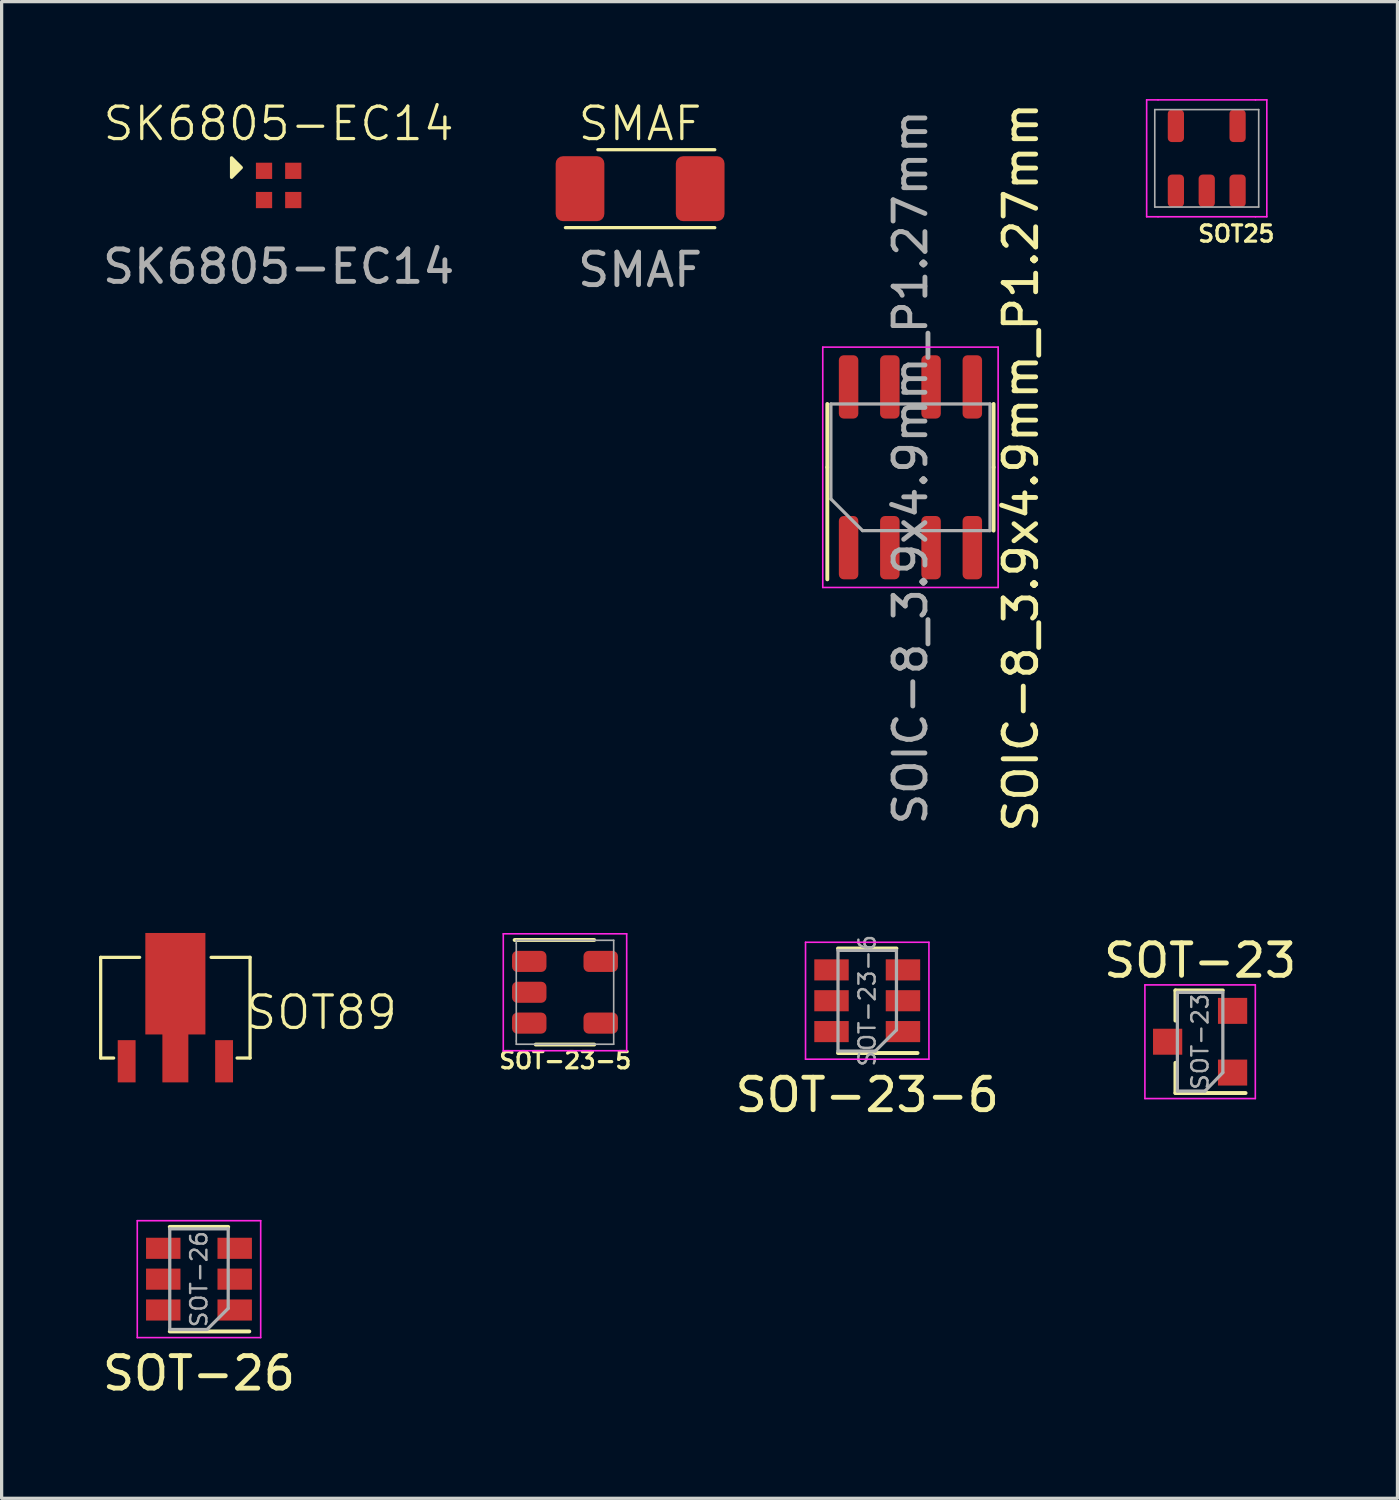
<source format=kicad_pcb>
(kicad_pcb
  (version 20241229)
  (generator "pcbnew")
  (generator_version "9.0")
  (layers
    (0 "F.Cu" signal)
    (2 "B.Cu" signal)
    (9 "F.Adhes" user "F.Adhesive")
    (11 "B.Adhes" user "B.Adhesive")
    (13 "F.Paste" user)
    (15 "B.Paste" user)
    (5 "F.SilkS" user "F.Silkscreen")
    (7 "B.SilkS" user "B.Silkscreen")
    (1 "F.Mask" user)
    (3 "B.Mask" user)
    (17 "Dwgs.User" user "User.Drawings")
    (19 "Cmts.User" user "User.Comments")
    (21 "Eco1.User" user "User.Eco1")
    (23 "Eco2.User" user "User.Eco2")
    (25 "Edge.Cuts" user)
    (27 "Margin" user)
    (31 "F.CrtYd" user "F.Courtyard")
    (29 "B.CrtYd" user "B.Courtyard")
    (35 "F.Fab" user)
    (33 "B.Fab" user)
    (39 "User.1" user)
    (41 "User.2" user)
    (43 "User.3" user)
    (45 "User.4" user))
  (footprint "SMAF"
    (layer "F.Cu")
    (at 16.66 2.76)
    (property "Reference" "SMAF" (at 0 -2 0) (unlocked yes) (layer "F.SilkS") (effects (font (size 1 1) (thickness 0.1))))
    (attr smd)
    (fp_line (start -2.3 1.2) (end 2.3 1.2) (stroke (width 0.1) (type default)) (layer "F.SilkS"))
    (fp_line (start 2.3 -1.2) (end -1.3 -1.2) (stroke (width 0.1) (type default)) (layer "F.SilkS"))
    (fp_text user "${REFERENCE}" (at 0 2.5 0) (unlocked yes) (layer "F.Fab") (effects (font (size 1 1) (thickness 0.15))))
    (pad "1" smd roundrect (at -1.85 0) (size 1.5 2) (layers "F.Cu" "F.Mask" "F.Paste") (roundrect_rratio 0.15))
    (pad "2" smd roundrect (at 1.85 0) (size 1.5 2) (layers "F.Cu" "F.Mask" "F.Paste") (roundrect_rratio 0.15)))
  (footprint "SOT-23-6"
    (layer "F.Cu")
    (at 23.654 27.765)
    (property "Reference" "SOT-23-6" (at 0 2.9 180) (layer "F.SilkS") (effects (font (size 1 1) (thickness 0.15))))
    (attr smd)
    (fp_line (start -0.9 1.61) (end 1.55 1.61) (stroke (width 0.12) (type solid)) (layer "F.SilkS"))
    (fp_line (start 0.9 -1.61) (end -0.9 -1.61) (stroke (width 0.12) (type solid)) (layer "F.SilkS"))
    (fp_line (start -1.9 -1.8) (end -1.9 1.8) (stroke (width 0.05) (type solid)) (layer "F.CrtYd"))
    (fp_line (start -1.9 1.8) (end 1.9 1.8) (stroke (width 0.05) (type solid)) (layer "F.CrtYd"))
    (fp_line (start 1.9 -1.8) (end -1.9 -1.8) (stroke (width 0.05) (type solid)) (layer "F.CrtYd"))
    (fp_line (start 1.9 1.8) (end 1.9 -1.8) (stroke (width 0.05) (type solid)) (layer "F.CrtYd"))
    (fp_line (start -0.9 -1.55) (end 0.9 -1.55) (stroke (width 0.1) (type solid)) (layer "F.Fab"))
    (fp_line (start -0.9 1.55) (end -0.9 -1.55) (stroke (width 0.1) (type solid)) (layer "F.Fab"))
    (fp_line (start -0.9 1.55) (end 0.25 1.55) (stroke (width 0.1) (type solid)) (layer "F.Fab"))
    (fp_line (start 0.9 0.9) (end 0.25 1.55) (stroke (width 0.1) (type solid)) (layer "F.Fab"))
    (fp_line (start 0.9 0.9) (end 0.9 -1.55) (stroke (width 0.1) (type solid)) (layer "F.Fab"))
    (fp_text user "${REFERENCE}" (at 0 0 270) (layer "F.Fab") (effects (font (size 0.5 0.5) (thickness 0.075))))
    (pad "1" smd rect (at 1.1 0.95 180) (size 1.06 0.65) (layers "F.Cu" "F.Mask" "F.Paste"))
    (pad "2" smd rect (at 1.1 0 180) (size 1.06 0.65) (layers "F.Cu" "F.Mask" "F.Paste"))
    (pad "3" smd rect (at 1.1 -0.95 180) (size 1.06 0.65) (layers "F.Cu" "F.Mask" "F.Paste"))
    (pad "4" smd rect (at -1.1 -0.95 180) (size 1.06 0.65) (layers "F.Cu" "F.Mask" "F.Paste"))
    (pad "5" smd rect (at -1.1 0 180) (size 1.06 0.65) (layers "F.Cu" "F.Mask" "F.Paste"))
    (pad "6" smd rect (at -1.1 0.95 180) (size 1.06 0.65) (layers "F.Cu" "F.Mask" "F.Paste")))
  (footprint "SOIC-8_3.9x4.9mm_P1.27mm"
    (layer "F.Cu")
    (at 24.985 11.339)
    (property "Reference" "SOIC-8_3.9x4.9mm_P1.27mm" (at 3.4 0 270) (layer "F.SilkS") (effects (font (size 1 1) (thickness 0.15))))
    (attr smd)
    (fp_line (start -2.56 0) (end -2.56 -1.95) (stroke (width 0.12) (type solid)) (layer "F.SilkS"))
    (fp_line (start -2.56 0) (end -2.56 3.45) (stroke (width 0.12) (type solid)) (layer "F.SilkS"))
    (fp_line (start 2.56 0) (end 2.56 -1.95) (stroke (width 0.12) (type solid)) (layer "F.SilkS"))
    (fp_line (start 2.56 0) (end 2.56 1.95) (stroke (width 0.12) (type solid)) (layer "F.SilkS"))
    (fp_line (start -2.7 -3.7) (end -2.7 3.7) (stroke (width 0.05) (type solid)) (layer "F.CrtYd"))
    (fp_line (start -2.7 3.7) (end 2.7 3.7) (stroke (width 0.05) (type solid)) (layer "F.CrtYd"))
    (fp_line (start 2.7 -3.7) (end -2.7 -3.7) (stroke (width 0.05) (type solid)) (layer "F.CrtYd"))
    (fp_line (start 2.7 3.7) (end 2.7 -3.7) (stroke (width 0.05) (type solid)) (layer "F.CrtYd"))
    (fp_line (start -2.45 -1.95) (end 2.45 -1.95) (stroke (width 0.1) (type solid)) (layer "F.Fab"))
    (fp_line (start -2.45 0.975) (end -2.45 -1.95) (stroke (width 0.1) (type solid)) (layer "F.Fab"))
    (fp_line (start -1.475 1.95) (end -2.45 0.975) (stroke (width 0.1) (type solid)) (layer "F.Fab"))
    (fp_line (start 2.45 -1.95) (end 2.45 1.95) (stroke (width 0.1) (type solid)) (layer "F.Fab"))
    (fp_line (start 2.45 1.95) (end -1.475 1.95) (stroke (width 0.1) (type solid)) (layer "F.Fab"))
    (fp_text user "${REFERENCE}" (at 0 0 90) (layer "F.Fab") (effects (font (size 0.98 0.98) (thickness 0.15))))
    (pad "1" smd roundrect (at -1.905 2.475 90) (size 1.95 0.6) (layers "F.Cu" "F.Mask" "F.Paste") (roundrect_rratio 0.25))
    (pad "2" smd roundrect (at -0.635 2.475 90) (size 1.95 0.6) (layers "F.Cu" "F.Mask" "F.Paste") (roundrect_rratio 0.25))
    (pad "3" smd roundrect (at 0.635 2.475 90) (size 1.95 0.6) (layers "F.Cu" "F.Mask" "F.Paste") (roundrect_rratio 0.25))
    (pad "4" smd roundrect (at 1.905 2.475 90) (size 1.95 0.6) (layers "F.Cu" "F.Mask" "F.Paste") (roundrect_rratio 0.25))
    (pad "5" smd roundrect (at 1.905 -2.475 90) (size 1.95 0.6) (layers "F.Cu" "F.Mask" "F.Paste") (roundrect_rratio 0.25))
    (pad "6" smd roundrect (at 0.635 -2.475 90) (size 1.95 0.6) (layers "F.Cu" "F.Mask" "F.Paste") (roundrect_rratio 0.25))
    (pad "7" smd roundrect (at -0.635 -2.475 90) (size 1.95 0.6) (layers "F.Cu" "F.Mask" "F.Paste") (roundrect_rratio 0.25))
    (pad "8" smd roundrect (at -1.905 -2.475 90) (size 1.95 0.6) (layers "F.Cu" "F.Mask" "F.Paste") (roundrect_rratio 0.25)))
  (footprint "SOT-23"
    (layer "F.Cu")
    (at 33.904 29.027)
    (property "Reference" "SOT-23" (at 0 -2.5 0) (layer "F.SilkS") (effects (font (size 1 1) (thickness 0.15))))
    (attr smd)
    (fp_line (start -0.76 -1.58) (end -0.76 -0.65) (stroke (width 0.12) (type solid)) (layer "F.SilkS"))
    (fp_line (start -0.76 -1.58) (end 0.7 -1.58) (stroke (width 0.12) (type solid)) (layer "F.SilkS"))
    (fp_line (start -0.76 1.58) (end -0.76 0.65) (stroke (width 0.12) (type solid)) (layer "F.SilkS"))
    (fp_line (start -0.76 1.58) (end 1.4 1.58) (stroke (width 0.12) (type solid)) (layer "F.SilkS"))
    (fp_line (start -1.7 -1.75) (end 1.7 -1.75) (stroke (width 0.05) (type solid)) (layer "F.CrtYd"))
    (fp_line (start -1.7 1.75) (end -1.7 -1.75) (stroke (width 0.05) (type solid)) (layer "F.CrtYd"))
    (fp_line (start 1.7 -1.75) (end 1.7 1.75) (stroke (width 0.05) (type solid)) (layer "F.CrtYd"))
    (fp_line (start 1.7 1.75) (end -1.7 1.75) (stroke (width 0.05) (type solid)) (layer "F.CrtYd"))
    (fp_line (start -0.7 1.52) (end -0.7 -1.52) (stroke (width 0.1) (type solid)) (layer "F.Fab"))
    (fp_line (start 0.15 1.52) (end -0.7 1.52) (stroke (width 0.1) (type solid)) (layer "F.Fab"))
    (fp_line (start 0.7 -1.52) (end -0.7 -1.52) (stroke (width 0.1) (type solid)) (layer "F.Fab"))
    (fp_line (start 0.7 0.95) (end 0.15 1.52) (stroke (width 0.1) (type solid)) (layer "F.Fab"))
    (fp_line (start 0.7 0.95) (end 0.7 -1.5) (stroke (width 0.1) (type solid)) (layer "F.Fab"))
    (fp_text user "${REFERENCE}" (at 0 0 270) (layer "F.Fab") (effects (font (size 0.5 0.5) (thickness 0.075))))
    (pad "1" smd rect (at 1 0.95 180) (size 0.9 0.8) (layers "F.Cu" "F.Mask" "F.Paste"))
    (pad "2" smd rect (at 1 -0.95 180) (size 0.9 0.8) (layers "F.Cu" "F.Mask" "F.Paste"))
    (pad "3" smd rect (at -1 0 180) (size 0.9 0.8) (layers "F.Cu" "F.Mask" "F.Paste")))
  (footprint "SOT89"
    (layer "F.Cu")
    (at 2.35 29.629)
    (property "Reference" "SOT89" (at 4.5 -1.5 0) (layer "F.SilkS") (effects (font (size 1 1) (thickness 0.1))))
    (attr through_hole)
    (fp_line (start -2.3 -3.2) (end -1.1 -3.2) (stroke (width 0.1) (type solid)) (layer "F.SilkS"))
    (fp_line (start -2.3 -0.1) (end -2.3 -3.2) (stroke (width 0.1) (type solid)) (layer "F.SilkS"))
    (fp_line (start -2.3 -0.1) (end -1.9 -0.1) (stroke (width 0.1) (type solid)) (layer "F.SilkS"))
    (fp_line (start 1.9 -0.1) (end 2.3 -0.1) (stroke (width 0.1) (type solid)) (layer "F.SilkS"))
    (fp_line (start 2.3 -3.2) (end 1.1 -3.2) (stroke (width 0.1) (type solid)) (layer "F.SilkS"))
    (fp_line (start 2.3 -0.1) (end 2.3 -3.2) (stroke (width 0.1) (type solid)) (layer "F.SilkS"))
    (pad "" smd rect (at 0 -2.388) (size 1.85 3.125) (layers "F.Cu" "F.Mask" "F.Paste"))
    (pad "1" smd rect (at -1.5 0) (size 0.55 1.3) (layers "F.Cu" "F.Mask" "F.Paste"))
    (pad "2" smd rect (at 0 -0.1) (size 0.8 1.5) (layers "F.Cu" "F.Mask" "F.Paste"))
    (pad "3" smd rect (at 1.5 0) (size 0.55 1.3) (layers "F.Cu" "F.Mask" "F.Paste")))
  (footprint "SOT-26"
    (layer "F.Cu")
    (at 3.077 36.338)
    (property "Reference" "SOT-26" (at 0 2.9 180) (layer "F.SilkS") (effects (font (size 1 1) (thickness 0.15))))
    (attr smd)
    (fp_line (start -0.9 1.61) (end 1.55 1.61) (stroke (width 0.12) (type solid)) (layer "F.SilkS"))
    (fp_line (start 0.9 -1.61) (end -0.9 -1.61) (stroke (width 0.12) (type solid)) (layer "F.SilkS"))
    (fp_line (start -1.9 -1.8) (end -1.9 1.8) (stroke (width 0.05) (type solid)) (layer "F.CrtYd"))
    (fp_line (start -1.9 1.8) (end 1.9 1.8) (stroke (width 0.05) (type solid)) (layer "F.CrtYd"))
    (fp_line (start 1.9 -1.8) (end -1.9 -1.8) (stroke (width 0.05) (type solid)) (layer "F.CrtYd"))
    (fp_line (start 1.9 1.8) (end 1.9 -1.8) (stroke (width 0.05) (type solid)) (layer "F.CrtYd"))
    (fp_line (start -0.9 -1.55) (end 0.9 -1.55) (stroke (width 0.1) (type solid)) (layer "F.Fab"))
    (fp_line (start -0.9 1.55) (end -0.9 -1.55) (stroke (width 0.1) (type solid)) (layer "F.Fab"))
    (fp_line (start -0.9 1.55) (end 0.25 1.55) (stroke (width 0.1) (type solid)) (layer "F.Fab"))
    (fp_line (start 0.9 0.9) (end 0.25 1.55) (stroke (width 0.1) (type solid)) (layer "F.Fab"))
    (fp_line (start 0.9 0.9) (end 0.9 -1.55) (stroke (width 0.1) (type solid)) (layer "F.Fab"))
    (fp_text user "${REFERENCE}" (at 0 0 270) (layer "F.Fab") (effects (font (size 0.5 0.5) (thickness 0.075))))
    (pad "1" smd rect (at 1.1 0.95 180) (size 1.06 0.65) (layers "F.Cu" "F.Mask" "F.Paste"))
    (pad "2" smd rect (at 1.1 0 180) (size 1.06 0.65) (layers "F.Cu" "F.Mask" "F.Paste"))
    (pad "3" smd rect (at 1.1 -0.95 180) (size 1.06 0.65) (layers "F.Cu" "F.Mask" "F.Paste"))
    (pad "4" smd rect (at -1.1 -0.95 180) (size 1.06 0.65) (layers "F.Cu" "F.Mask" "F.Paste"))
    (pad "5" smd rect (at -1.1 0 180) (size 1.06 0.65) (layers "F.Cu" "F.Mask" "F.Paste"))
    (pad "6" smd rect (at -1.1 0.95 180) (size 1.06 0.65) (layers "F.Cu" "F.Mask" "F.Paste")))
  (footprint "SOT25"
    (layer "F.Cu")
    (at 34.108 1.825)
    (property "Reference" "SOT25" (at 0.911 2.324 0) (layer "F.SilkS") (effects (font (size 0.5 0.5) (thickness 0.1))))
    (attr smd)
    (fp_line (start -1.85 -1.8) (end -1.85 1.8) (stroke (width 0.05) (type solid)) (layer "F.CrtYd"))
    (fp_line (start -1.85 1.8) (end -1.5 1.8) (stroke (width 0.05) (type solid)) (layer "F.CrtYd"))
    (fp_line (start -1.5 -1.8) (end -1.85 -1.8) (stroke (width 0.05) (type solid)) (layer "F.CrtYd"))
    (fp_line (start -1.5 1.8) (end 1.5 1.8) (stroke (width 0.05) (type solid)) (layer "F.CrtYd"))
    (fp_line (start 1.5 -1.8) (end -1.5 -1.8) (stroke (width 0.05) (type solid)) (layer "F.CrtYd"))
    (fp_line (start 1.5 1.8) (end 1.85 1.8) (stroke (width 0.05) (type solid)) (layer "F.CrtYd"))
    (fp_line (start 1.85 -1.8) (end 1.5 -1.8) (stroke (width 0.05) (type solid)) (layer "F.CrtYd"))
    (fp_line (start 1.85 1.8) (end 1.85 -1.8) (stroke (width 0.05) (type solid)) (layer "F.CrtYd"))
    (fp_line (start -1.6 -1.5) (end -1.6 1.5) (stroke (width 0.05) (type solid)) (layer "F.Fab"))
    (fp_line (start -1.6 1.5) (end 1.6 1.5) (stroke (width 0.05) (type solid)) (layer "F.Fab"))
    (fp_line (start 1.6 -1.5) (end -1.6 -1.5) (stroke (width 0.05) (type solid)) (layer "F.Fab"))
    (fp_line (start 1.6 1.5) (end 1.6 -1.5) (stroke (width 0.05) (type solid)) (layer "F.Fab"))
    (pad "1" smd roundrect (at -0.95 0.8) (size 0.5 1) (drill (offset 0 0.2)) (layers "F.Cu" "F.Mask" "F.Paste") (roundrect_rratio 0.25))
    (pad "2" smd roundrect (at 0 0.8) (size 0.5 1) (drill (offset 0 0.2)) (layers "F.Cu" "F.Mask" "F.Paste") (roundrect_rratio 0.25))
    (pad "3" smd roundrect (at 0.95 0.8) (size 0.5 1) (drill (offset 0 0.2)) (layers "F.Cu" "F.Mask" "F.Paste") (roundrect_rratio 0.25))
    (pad "4" smd roundrect (at 0.95 -0.8 180) (size 0.5 1) (drill (offset 0 0.2)) (layers "F.Cu" "F.Mask" "F.Paste") (roundrect_rratio 0.25))
    (pad "5" smd roundrect (at -0.95 -0.8 180) (size 0.5 1) (drill (offset 0 0.2)) (layers "F.Cu" "F.Mask" "F.Paste") (roundrect_rratio 0.25)))
  (footprint "SOT-23-5"
    (layer "F.Cu")
    (at 14.347 27.504)
    (property "Reference" "SOT-23-5" (at 0.01 2.1 0) (layer "F.SilkS") (effects (font (size 0.5 0.5) (thickness 0.1))))
    (attr smd)
    (fp_line (start -0.9 1.61) (end 0.9 1.61) (stroke (width 0.12) (type solid)) (layer "F.SilkS"))
    (fp_line (start 0.9 -1.61) (end -1.55 -1.61) (stroke (width 0.12) (type solid)) (layer "F.SilkS"))
    (fp_line (start -1.9 -1.8) (end 1.9 -1.8) (stroke (width 0.05) (type solid)) (layer "F.CrtYd"))
    (fp_line (start -1.9 1.8) (end -1.9 -1.8) (stroke (width 0.05) (type solid)) (layer "F.CrtYd"))
    (fp_line (start 1.9 -1.8) (end 1.9 1.8) (stroke (width 0.05) (type solid)) (layer "F.CrtYd"))
    (fp_line (start 1.9 1.8) (end -1.9 1.8) (stroke (width 0.05) (type solid)) (layer "F.CrtYd"))
    (fp_line (start -1.5 -1.6) (end -1.5 -1.5) (stroke (width 0.05) (type solid)) (layer "F.Fab"))
    (fp_line (start -1.5 -1.5) (end -1.5 1.5) (stroke (width 0.05) (type solid)) (layer "F.Fab"))
    (fp_line (start -1.5 1.5) (end -1.5 1.6) (stroke (width 0.05) (type solid)) (layer "F.Fab"))
    (fp_line (start -1.5 1.6) (end 1.5 1.6) (stroke (width 0.05) (type solid)) (layer "F.Fab"))
    (fp_line (start 1.5 -1.6) (end -1.5 -1.6) (stroke (width 0.05) (type solid)) (layer "F.Fab"))
    (fp_line (start 1.5 1.6) (end 1.5 -1.6) (stroke (width 0.05) (type solid)) (layer "F.Fab"))
    (pad "1" smd roundrect (at -1.1 -0.95) (size 1.06 0.65) (layers "F.Cu" "F.Mask" "F.Paste") (roundrect_rratio 0.25))
    (pad "2" smd roundrect (at -1.1 0) (size 1.06 0.65) (layers "F.Cu" "F.Mask" "F.Paste") (roundrect_rratio 0.25))
    (pad "3" smd roundrect (at -1.1 0.95) (size 1.06 0.65) (layers "F.Cu" "F.Mask" "F.Paste") (roundrect_rratio 0.25))
    (pad "4" smd roundrect (at 1.1 0.95) (size 1.06 0.65) (layers "F.Cu" "F.Mask" "F.Paste") (roundrect_rratio 0.25))
    (pad "5" smd roundrect (at 1.1 -0.95) (size 1.06 0.65) (layers "F.Cu" "F.Mask" "F.Paste") (roundrect_rratio 0.25)))
  (footprint "SK6805-EC14"
    (layer "F.Cu")
    (at 5.53 2.66)
    (property "Reference" "SK6805-EC14" (at 0 -1.9 0) (unlocked yes) (layer "F.SilkS") (effects (font (size 1 1) (thickness 0.1))))
    (attr smd)
    (fp_poly (pts (xy -1.15 -0.55) (xy -1.45 -0.85) (xy -1.45 -0.25)) (stroke (width 0.1) (type solid)) (fill yes) (layer "F.SilkS"))
    (fp_text user "${REFERENCE}" (at 0 2.5 0) (unlocked yes) (layer "F.Fab") (effects (font (size 1 1) (thickness 0.15))))
    (pad "1" smd rect (at -0.45 -0.45) (size 0.5 0.5) (layers "F.Cu" "F.Mask" "F.Paste"))
    (pad "2" smd rect (at -0.45 0.45) (size 0.5 0.5) (layers "F.Cu" "F.Mask" "F.Paste"))
    (pad "3" smd rect (at 0.45 0.45) (size 0.5 0.5) (layers "F.Cu" "F.Mask" "F.Paste"))
    (pad "4" smd rect (at 0.45 -0.45) (size 0.5 0.5) (layers "F.Cu" "F.Mask" "F.Paste")))
  (gr_rect
    (start -3 -3)
    (end 39.981 43.086)
    (stroke (width 0.1) (type default))
    (fill no)
    (layer "Edge.Cuts")))
</source>
